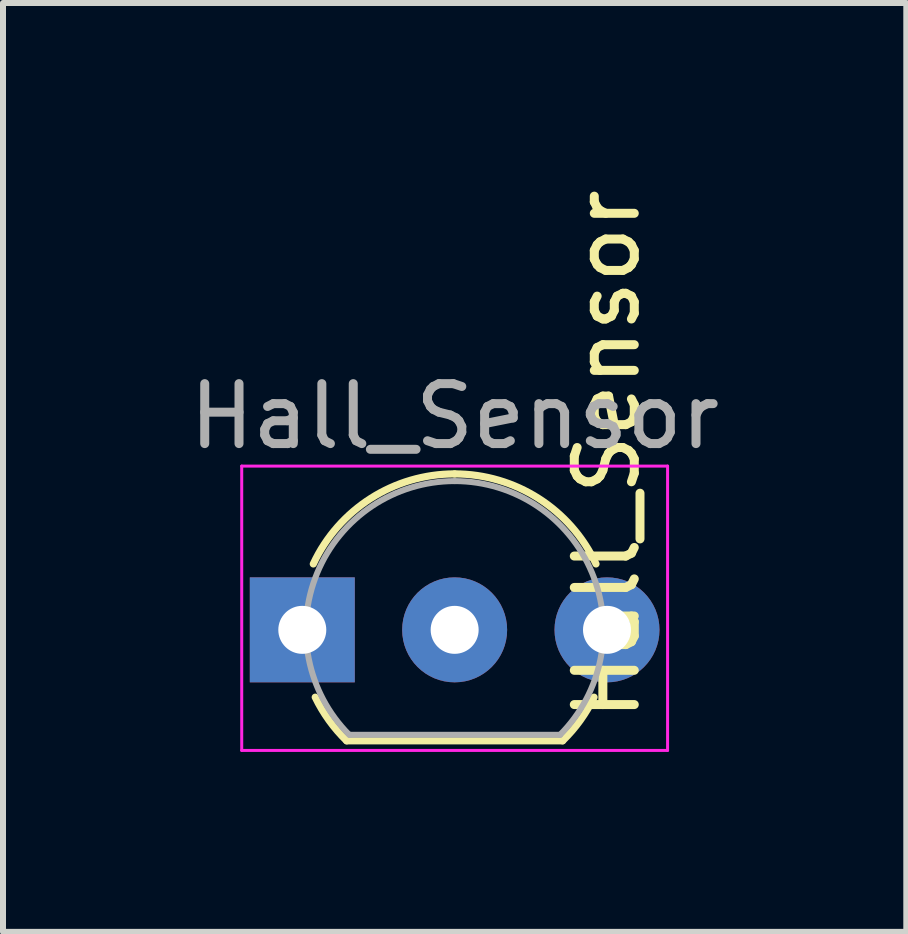
<source format=kicad_pcb>
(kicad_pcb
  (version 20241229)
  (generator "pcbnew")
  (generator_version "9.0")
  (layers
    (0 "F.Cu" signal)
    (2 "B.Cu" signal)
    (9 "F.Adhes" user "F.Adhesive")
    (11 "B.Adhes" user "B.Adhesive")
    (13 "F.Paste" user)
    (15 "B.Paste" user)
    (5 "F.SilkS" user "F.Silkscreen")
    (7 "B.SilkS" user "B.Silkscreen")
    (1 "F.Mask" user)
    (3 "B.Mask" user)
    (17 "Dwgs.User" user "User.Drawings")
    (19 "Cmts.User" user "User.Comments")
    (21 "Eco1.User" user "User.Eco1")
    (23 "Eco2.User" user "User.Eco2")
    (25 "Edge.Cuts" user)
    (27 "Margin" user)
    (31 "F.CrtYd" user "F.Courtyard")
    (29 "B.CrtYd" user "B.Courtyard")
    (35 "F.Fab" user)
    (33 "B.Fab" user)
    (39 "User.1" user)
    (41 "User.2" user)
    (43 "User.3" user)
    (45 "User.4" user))
  (footprint "Hall_Sensor"
    (layer "F.Cu")
    (at 1.99 7.451)
    (property "Reference" "Hall_Sensor" (at 5.08 -2.921 270) (layer "F.SilkS") (effects (font (size 1 1) (thickness 0.15))))
    (attr through_hole)
    (fp_line (start 0.74 1.85) (end 4.34 1.85) (stroke (width 0.12) (type solid)) (layer "F.SilkS"))
    (fp_arc (start 0.1836 -1.098807) (mid 1.143021 -2.192817) (end 2.54 -2.6) (stroke (width 0.12) (type solid)) (layer "F.SilkS"))
    (fp_arc (start 0.74 1.85) (mid 0.446097 1.509328) (end 0.215816 1.122795) (stroke (width 0.12) (type solid)) (layer "F.SilkS"))
    (fp_arc (start 2.54 -2.6) (mid 3.936979 -2.192818) (end 4.8964 -1.098807) (stroke (width 0.12) (type solid)) (layer "F.SilkS"))
    (fp_arc (start 4.864184 1.122795) (mid 4.633903 1.509328) (end 4.34 1.85) (stroke (width 0.12) (type solid)) (layer "F.SilkS"))
    (fp_line (start -1.01 -2.73) (end -1.01 2.01) (stroke (width 0.05) (type solid)) (layer "F.CrtYd"))
    (fp_line (start -1.01 -2.73) (end 6.09 -2.73) (stroke (width 0.05) (type solid)) (layer "F.CrtYd"))
    (fp_line (start 6.09 2.01) (end -1.01 2.01) (stroke (width 0.05) (type solid)) (layer "F.CrtYd"))
    (fp_line (start 6.09 2.01) (end 6.09 -2.73) (stroke (width 0.05) (type solid)) (layer "F.CrtYd"))
    (fp_line (start 0.8 1.75) (end 4.3 1.75) (stroke (width 0.1) (type solid)) (layer "F.Fab"))
    (fp_arc (start 0.786375 1.753625) (mid 0.248779 -0.949055) (end 2.54 -2.48) (stroke (width 0.1) (type solid)) (layer "F.Fab"))
    (fp_arc (start 2.54 -2.48) (mid 4.831221 -0.949055) (end 4.293625 1.753625) (stroke (width 0.1) (type solid)) (layer "F.Fab"))
    (fp_text user "${REFERENCE}" (at 2.54 -3.56 180) (layer "F.Fab") (effects (font (size 1 1) (thickness 0.15))))
    (pad "1" thru_hole rect (at 0 0 90) (size 1.75 1.75) (drill 0.8) (layers "*.Cu" "*.Mask"))
    (pad "2" thru_hole circle (at 2.54 0 90) (size 1.75 1.75) (drill 0.8) (layers "*.Cu" "*.Mask"))
    (pad "3" thru_hole circle (at 5.08 0 90) (size 1.75 1.75) (drill 0.8) (layers "*.Cu" "*.Mask")))
  (gr_rect
    (start -3 -3)
    (end 12.06 12.486)
    (stroke (width 0.1) (type default))
    (fill no)
    (layer "Edge.Cuts")))
</source>
